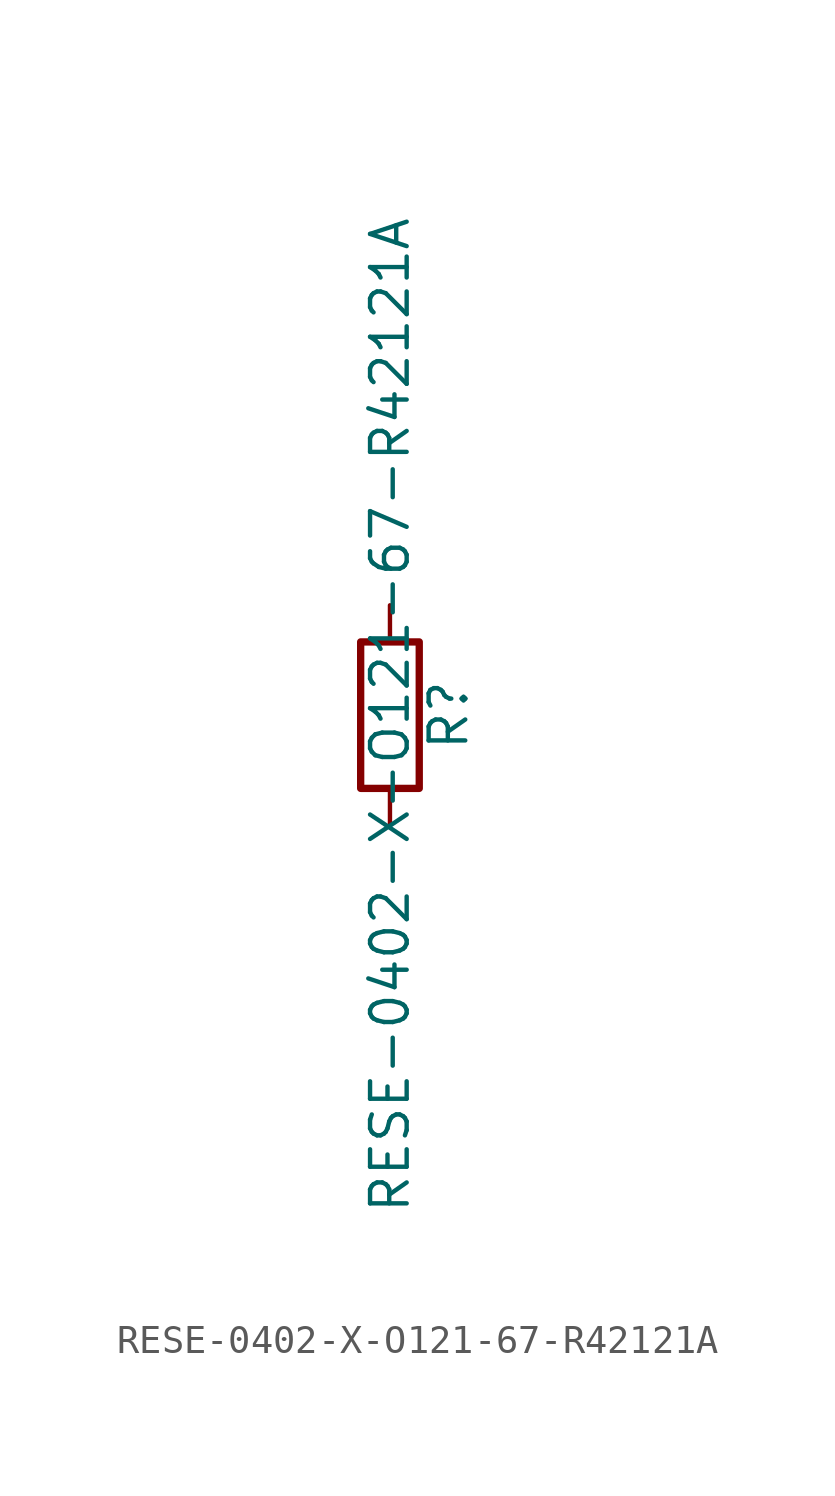
<source format=kicad_sym>
(kicad_symbol_lib
  (version 20211014)
  (generator kicad_symbol_editor)
  (symbol "RESE-0402-X-O121-67-R42121A"
    (pin_numbers hide)
    (pin_names
      (offset 0))
    (property "Reference" "R"
      (at 2.032 0 90)
      (effects (font (size 1.27 1.27))))
    (property "Value" "RESE-0402-X-O121-67-R42121A"
      (at 0 0 90)
      (effects (font (size 1.27 1.27))))
    (symbol "RESE-0402-X-O121-67-R42121A_0_1"
      (rectangle (start -1.016 -2.54) (end 1.016 2.54) (stroke (width 0.254) (type default) (color 0 0 0 0)) (fill (type none))))
    (symbol "RESE-0402-X-O121-67-R42121A_1_1"
      (pin passive line (at 0 3.81 270) (length 1.27) (name "~" (effects (font (size 1.27 1.27)))) (number "1" (effects (font (size 1.27 1.27)))))
      (pin passive line (at 0 -3.81 90) (length 1.27) (name "~" (effects (font (size 1.27 1.27)))) (number "2" (effects (font (size 1.27 1.27))))))))
</source>
